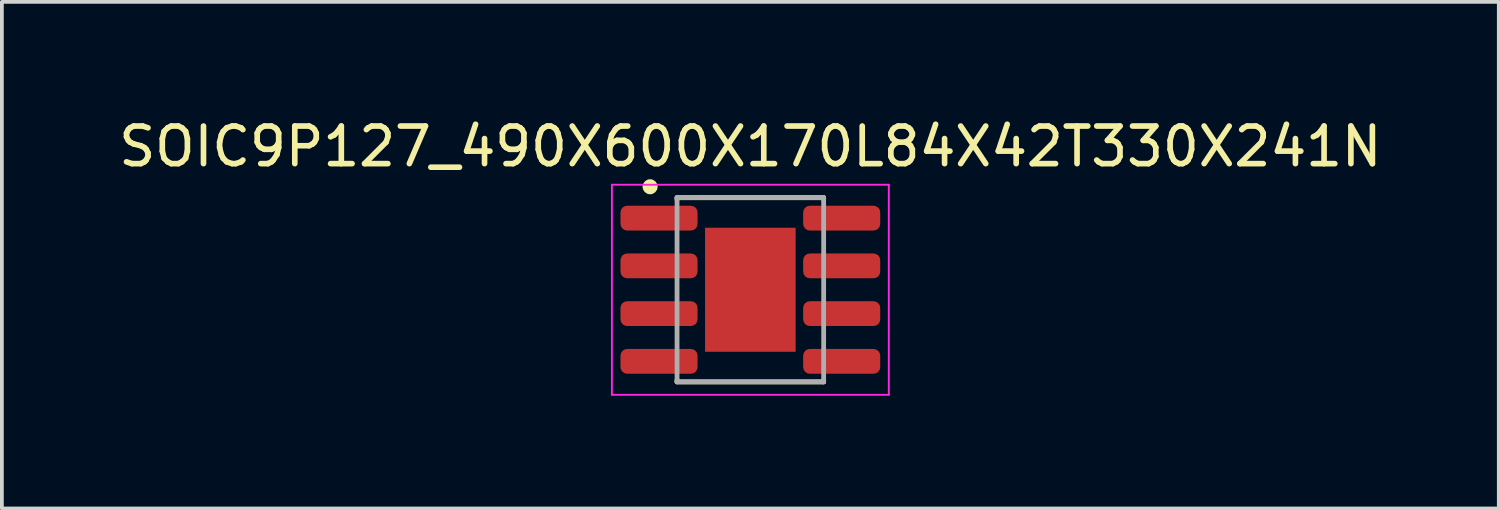
<source format=kicad_pcb>
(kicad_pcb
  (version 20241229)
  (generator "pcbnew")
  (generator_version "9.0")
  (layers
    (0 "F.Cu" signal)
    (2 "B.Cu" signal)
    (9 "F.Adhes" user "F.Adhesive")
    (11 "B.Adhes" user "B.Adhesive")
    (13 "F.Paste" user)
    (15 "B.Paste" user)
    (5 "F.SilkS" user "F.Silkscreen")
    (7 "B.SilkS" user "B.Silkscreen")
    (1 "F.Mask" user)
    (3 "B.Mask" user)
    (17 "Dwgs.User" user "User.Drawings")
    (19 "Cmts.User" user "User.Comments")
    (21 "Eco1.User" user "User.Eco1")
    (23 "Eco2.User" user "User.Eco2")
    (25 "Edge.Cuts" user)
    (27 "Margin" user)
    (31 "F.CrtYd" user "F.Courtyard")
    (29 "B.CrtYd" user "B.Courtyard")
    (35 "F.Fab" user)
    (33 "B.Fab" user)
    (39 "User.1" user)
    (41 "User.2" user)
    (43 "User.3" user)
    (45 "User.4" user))
  (footprint "SOIC9P127_490X600X170L84X42T330X241N"
    (layer "F.Cu")
    (at 16.911 4.658)
    (property "Reference" "SOIC9P127_490X600X170L84X42T330X241N" (at 0 -3.81 0) (layer "F.SilkS") (effects (font (size 1 1) (thickness 0.15))))
    (attr smd)
    (fp_line (start -1.95 -2.45) (end -1.95 -2.4) (stroke (width 0.127) (type solid)) (layer "F.SilkS"))
    (fp_line (start -1.95 -2.45) (end 1.95 -2.45) (stroke (width 0.127) (type solid)) (layer "F.SilkS"))
    (fp_line (start -1.95 2.4) (end -1.95 2.45) (stroke (width 0.127) (type solid)) (layer "F.SilkS"))
    (fp_line (start -1.95 2.45) (end 1.95 2.45) (stroke (width 0.127) (type solid)) (layer "F.SilkS"))
    (fp_line (start 1.95 -2.45) (end 1.95 -2.4) (stroke (width 0.127) (type solid)) (layer "F.SilkS"))
    (fp_line (start 1.95 2.4) (end 1.95 2.45) (stroke (width 0.127) (type solid)) (layer "F.SilkS"))
    (fp_circle (center -2.667 -2.74) (end -2.567 -2.74) (stroke (width 0.2) (type solid)) (fill no) (layer "F.SilkS"))
    (fp_poly (pts (xy -0.135 -0.135) (xy -0.935 -0.135) (xy -0.935 -1.375) (xy -0.135 -1.375)) (stroke (width 0.01) (type solid)) (fill yes) (layer "F.Paste"))
    (fp_poly (pts (xy -0.135 1.375) (xy -0.935 1.375) (xy -0.935 0.135) (xy -0.135 0.135)) (stroke (width 0.01) (type solid)) (fill yes) (layer "F.Paste"))
    (fp_poly (pts (xy 0.135 -1.375) (xy 0.935 -1.375) (xy 0.935 -0.135) (xy 0.135 -0.135)) (stroke (width 0.01) (type solid)) (fill yes) (layer "F.Paste"))
    (fp_poly (pts (xy 0.135 0.135) (xy 0.935 0.135) (xy 0.935 1.375) (xy 0.135 1.375)) (stroke (width 0.01) (type solid)) (fill yes) (layer "F.Paste"))
    (fp_line (start -3.683 -2.794) (end 3.683 -2.794) (stroke (width 0.05) (type solid)) (layer "F.CrtYd"))
    (fp_line (start -3.683 2.794) (end -3.683 -2.794) (stroke (width 0.05) (type solid)) (layer "F.CrtYd"))
    (fp_line (start 3.683 -2.794) (end 3.683 2.794) (stroke (width 0.05) (type solid)) (layer "F.CrtYd"))
    (fp_line (start 3.683 2.794) (end -3.683 2.794) (stroke (width 0.05) (type solid)) (layer "F.CrtYd"))
    (fp_line (start -1.95 -2.45) (end 1.95 -2.45) (stroke (width 0.127) (type solid)) (layer "F.Fab"))
    (fp_line (start -1.95 2.45) (end -1.95 -2.45) (stroke (width 0.127) (type solid)) (layer "F.Fab"))
    (fp_line (start 1.95 -2.45) (end 1.95 2.45) (stroke (width 0.127) (type solid)) (layer "F.Fab"))
    (fp_line (start 1.95 2.45) (end -1.95 2.45) (stroke (width 0.127) (type solid)) (layer "F.Fab"))
    (pad "1" smd roundrect (at -2.43 -1.905) (size 2.05 0.66) (layers "F.Cu" "F.Mask" "F.Paste") (roundrect_rratio 0.27))
    (pad "2" smd roundrect (at -2.43 -0.635) (size 2.05 0.66) (layers "F.Cu" "F.Mask" "F.Paste") (roundrect_rratio 0.27))
    (pad "3" smd roundrect (at -2.43 0.635) (size 2.05 0.66) (layers "F.Cu" "F.Mask" "F.Paste") (roundrect_rratio 0.27))
    (pad "4" smd roundrect (at -2.43 1.905) (size 2.05 0.66) (layers "F.Cu" "F.Mask" "F.Paste") (roundrect_rratio 0.27))
    (pad "5" smd roundrect (at 2.43 1.905) (size 2.05 0.66) (layers "F.Cu" "F.Mask" "F.Paste") (roundrect_rratio 0.27))
    (pad "6" smd roundrect (at 2.43 0.635) (size 2.05 0.66) (layers "F.Cu" "F.Mask" "F.Paste") (roundrect_rratio 0.27))
    (pad "7" smd roundrect (at 2.43 -0.635) (size 2.05 0.66) (layers "F.Cu" "F.Mask" "F.Paste") (roundrect_rratio 0.27))
    (pad "8" smd roundrect (at 2.43 -1.905) (size 2.05 0.66) (layers "F.Cu" "F.Mask" "F.Paste") (roundrect_rratio 0.27))
    (pad "9" smd rect (at 0 0) (size 2.41 3.3) (layers "F.Cu" "F.Mask")))
  (gr_rect
    (start -3 -3)
    (end 36.821 10.477)
    (stroke (width 0.1) (type default))
    (fill no)
    (layer "Edge.Cuts")))
</source>
